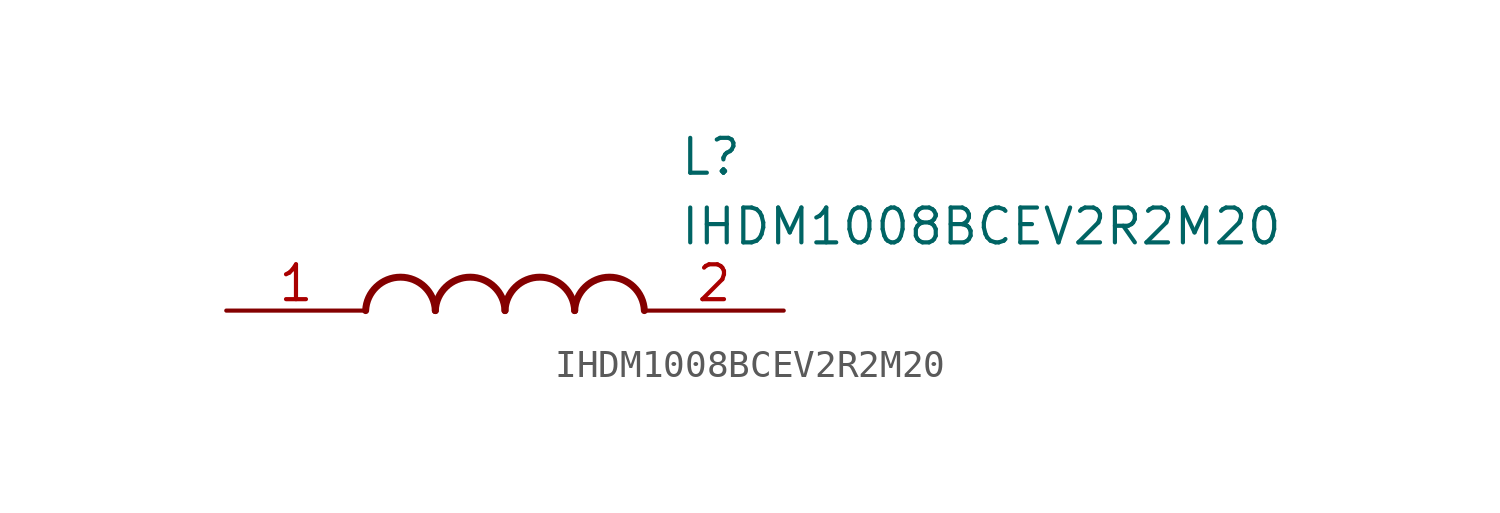
<source format=kicad_sym>
(kicad_symbol_lib
  (version 20211014)
  (generator SamacSys_ECAD_Model)
  (symbol "IHDM1008BCEV2R2M20"
    (pin_names hide)
    (property "Reference" "L"
      (at 16.51 6.35 0)
      (effects (font (size 1.27 1.27)) (justify left top)))
    (property "Value" "IHDM1008BCEV2R2M20"
      (at 16.51 3.81 0)
      (effects (font (size 1.27 1.27)) (justify left top)))
    (arc
      (start 7.62 0)
      (mid 6.35 1.219)
      (end 5.08 0)
      (stroke (width 0.254) (type default))
      (fill (type none)))
    (arc
      (start 10.16 0)
      (mid 8.89 1.219)
      (end 7.62 0)
      (stroke (width 0.254) (type default))
      (fill (type none)))
    (arc
      (start 12.7 0)
      (mid 11.43 1.219)
      (end 10.16 0)
      (stroke (width 0.254) (type default))
      (fill (type none)))
    (arc
      (start 15.24 0)
      (mid 13.97 1.219)
      (end 12.7 0)
      (stroke (width 0.254) (type default))
      (fill (type none)))
    (pin passive line
      (at 0 0 0)
      (length 5.08)
      (name "1" (effects (font (size 1.27 1.27))))
      (number "1" (effects (font (size 1.27 1.27)))))
    (pin passive line
      (at 20.32 0 180)
      (length 5.08)
      (name "2" (effects (font (size 1.27 1.27))))
      (number "2" (effects (font (size 1.27 1.27)))))))
</source>
